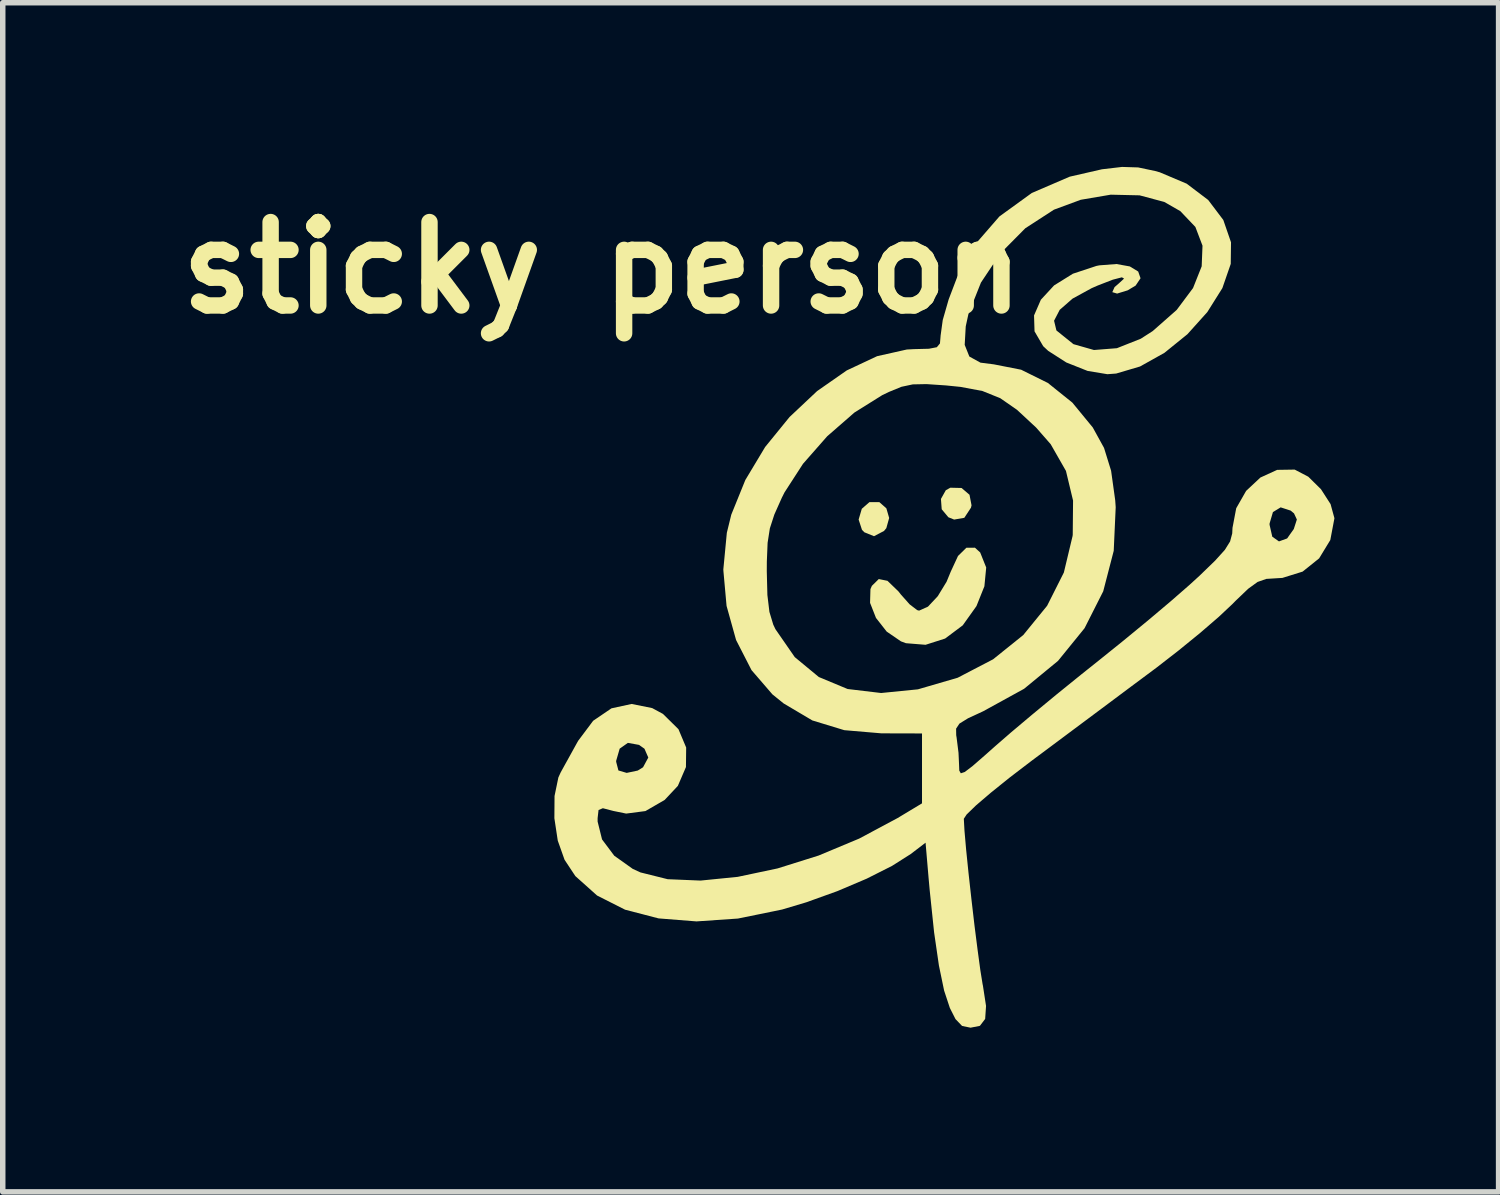
<source format=kicad_pcb>
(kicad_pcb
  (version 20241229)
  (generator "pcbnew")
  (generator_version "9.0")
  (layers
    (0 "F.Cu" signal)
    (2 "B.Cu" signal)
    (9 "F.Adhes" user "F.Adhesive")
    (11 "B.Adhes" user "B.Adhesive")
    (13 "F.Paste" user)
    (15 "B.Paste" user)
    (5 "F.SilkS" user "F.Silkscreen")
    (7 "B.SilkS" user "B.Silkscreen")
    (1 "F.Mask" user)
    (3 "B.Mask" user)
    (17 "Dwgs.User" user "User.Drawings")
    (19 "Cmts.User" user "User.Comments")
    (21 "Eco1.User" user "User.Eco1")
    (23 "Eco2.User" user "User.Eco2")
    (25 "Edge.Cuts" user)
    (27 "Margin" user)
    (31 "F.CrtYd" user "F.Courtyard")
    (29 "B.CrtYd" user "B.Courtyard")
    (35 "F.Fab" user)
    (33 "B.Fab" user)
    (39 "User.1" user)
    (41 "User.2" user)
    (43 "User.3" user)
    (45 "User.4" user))
  (footprint "sticky person"
    (layer "F.Cu")
    (at 7.954 1.842)
    (property "Reference" "sticky person" (at 0 0 0) (layer "F.SilkS") (effects (font (size 1.524 1.524) (thickness 0.3))))
    (attr board_only exclude_from_pos_files exclude_from_bom)
    (fp_poly (pts (xy 5.191 4.396) (xy 5.242 4.572) (xy 5.19 4.758) (xy 5.148 4.809) (xy 4.965 4.905) (xy 4.788 4.833) (xy 4.745 4.788) (xy 4.684 4.601) (xy 4.742 4.404) (xy 4.882 4.282) (xy 5.062 4.282)) (stroke (width 0) (type solid)) (fill yes) (layer "F.SilkS"))
    (fp_poly (pts (xy 6.565 4.024) (xy 6.71 4.148) (xy 6.747 4.341) (xy 6.736 4.385) (xy 6.615 4.569) (xy 6.429 4.601) (xy 6.324 4.559) (xy 6.202 4.413) (xy 6.188 4.224) (xy 6.277 4.065) (xy 6.359 4.019)) (stroke (width 0) (type solid)) (fill yes) (layer "F.SilkS"))
    (fp_poly (pts (xy 6.905 5.202) (xy 7.015 5.477) (xy 6.982 5.82) (xy 6.837 6.182) (xy 6.586 6.534) (xy 6.264 6.775) (xy 5.907 6.889) (xy 5.548 6.86) (xy 5.457 6.826) (xy 5.197 6.648) (xy 5.001 6.398) (xy 4.893 6.123) (xy 4.9 5.872) (xy 4.926 5.812) (xy 5.052 5.688) (xy 5.211 5.72) (xy 5.41 5.912) (xy 5.455 5.969) (xy 5.616 6.15) (xy 5.753 6.255) (xy 5.789 6.265) (xy 5.951 6.192) (xy 6.13 6.001) (xy 6.291 5.737) (xy 6.367 5.553) (xy 6.5 5.266) (xy 6.653 5.116) (xy 6.809 5.115)) (stroke (width 0) (type solid)) (fill yes) (layer "F.SilkS"))
    (fp_poly (pts (xy 9.791 -1.833) (xy 10.1 -1.768) (xy 10.186 -1.744) (xy 10.678 -1.536) (xy 11.071 -1.238) (xy 11.347 -0.873) (xy 11.488 -0.465) (xy 11.483 -0.07) (xy 11.33 0.372) (xy 11.055 0.81) (xy 10.692 1.214) (xy 10.271 1.555) (xy 9.826 1.804) (xy 9.39 1.933) (xy 9.229 1.945) (xy 8.867 1.885) (xy 8.479 1.731) (xy 8.148 1.519) (xy 8.056 1.433) (xy 7.898 1.162) (xy 7.889 0.871) (xy 8.014 0.584) (xy 8.255 0.323) (xy 8.599 0.109) (xy 9.028 -0.033) (xy 9.083 -0.044) (xy 9.395 -0.068) (xy 9.639 -0.024) (xy 9.792 0.069) (xy 9.835 0.192) (xy 9.745 0.326) (xy 9.599 0.413) (xy 9.407 0.472) (xy 9.319 0.446) (xy 9.36 0.354) (xy 9.435 0.289) (xy 9.534 0.198) (xy 9.494 0.175) (xy 9.328 0.218) (xy 9.052 0.325) (xy 8.942 0.373) (xy 8.593 0.564) (xy 8.358 0.769) (xy 8.255 0.968) (xy 8.297 1.143) (xy 8.302 1.149) (xy 8.609 1.396) (xy 8.984 1.503) (xy 9.403 1.47) (xy 9.839 1.297) (xy 10.057 1.157) (xy 10.495 0.771) (xy 10.794 0.371) (xy 10.952 -0.026) (xy 10.967 -0.403) (xy 10.837 -0.745) (xy 10.562 -1.034) (xy 10.269 -1.202) (xy 9.817 -1.323) (xy 9.29 -1.335) (xy 8.743 -1.242) (xy 8.253 -1.061) (xy 7.73 -0.722) (xy 7.276 -0.264) (xy 6.919 0.271) (xy 6.69 0.846) (xy 6.641 1.072) (xy 6.622 1.409) (xy 6.707 1.622) (xy 6.91 1.734) (xy 7.154 1.765) (xy 7.653 1.863) (xy 8.142 2.105) (xy 8.589 2.464) (xy 8.962 2.918) (xy 9.168 3.292) (xy 9.297 3.709) (xy 9.372 4.248) (xy 9.381 4.375) (xy 9.345 5.172) (xy 9.153 5.912) (xy 8.812 6.586) (xy 8.327 7.183) (xy 7.707 7.693) (xy 6.961 8.103) (xy 6.681 8.233) (xy 6.526 8.329) (xy 6.465 8.421) (xy 6.467 8.542) (xy 6.474 8.583) (xy 6.509 8.863) (xy 6.519 9.079) (xy 6.523 9.188) (xy 6.551 9.237) (xy 6.623 9.213) (xy 6.764 9.106) (xy 6.996 8.904) (xy 7.176 8.744) (xy 7.466 8.492) (xy 7.852 8.167) (xy 8.295 7.801) (xy 8.757 7.427) (xy 9.073 7.175) (xy 9.519 6.816) (xy 9.969 6.446) (xy 10.385 6.095) (xy 10.729 5.795) (xy 10.914 5.626) (xy 11.197 5.352) (xy 11.375 5.155) (xy 11.471 5.001) (xy 11.51 4.855) (xy 11.515 4.752) (xy 11.526 4.695) (xy 12.192 4.695) (xy 12.242 4.914) (xy 12.364 5) (xy 12.513 4.946) (xy 12.635 4.774) (xy 12.691 4.6) (xy 12.639 4.488) (xy 12.577 4.437) (xy 12.395 4.378) (xy 12.254 4.464) (xy 12.193 4.671) (xy 12.192 4.695) (xy 11.526 4.695) (xy 11.583 4.394) (xy 11.764 4.077) (xy 12.025 3.833) (xy 12.331 3.693) (xy 12.649 3.688) (xy 12.657 3.691) (xy 12.9 3.818) (xy 13.132 4.047) (xy 13.307 4.319) (xy 13.377 4.575) (xy 13.377 4.579) (xy 13.302 4.975) (xy 13.098 5.31) (xy 12.796 5.552) (xy 12.427 5.667) (xy 12.326 5.673) (xy 12.133 5.685) (xy 11.973 5.741) (xy 11.801 5.866) (xy 11.571 6.086) (xy 11.512 6.146) (xy 11.265 6.378) (xy 10.923 6.673) (xy 10.529 6.994) (xy 10.126 7.307) (xy 10.075 7.345) (xy 9.661 7.653) (xy 9.162 8.026) (xy 8.627 8.425) (xy 8.107 8.813) (xy 7.853 9.002) (xy 7.446 9.313) (xy 7.098 9.593) (xy 6.828 9.824) (xy 6.657 9.99) (xy 6.606 10.068) (xy 6.618 10.285) (xy 6.648 10.629) (xy 6.692 11.06) (xy 6.745 11.537) (xy 6.801 12.018) (xy 6.858 12.465) (xy 6.908 12.835) (xy 6.949 13.089) (xy 6.955 13.117) (xy 7.012 13.488) (xy 6.996 13.725) (xy 6.9 13.851) (xy 6.729 13.885) (xy 6.574 13.853) (xy 6.454 13.728) (xy 6.351 13.525) (xy 6.246 13.207) (xy 6.151 12.749) (xy 6.063 12.143) (xy 5.983 11.378) (xy 5.963 11.158) (xy 5.907 10.505) (xy 5.636 10.712) (xy 5.294 10.929) (xy 4.832 11.162) (xy 4.295 11.39) (xy 3.728 11.594) (xy 3.286 11.726) (xy 2.479 11.891) (xy 1.721 11.943) (xy 1.028 11.888) (xy 0.417 11.729) (xy -0.095 11.47) (xy -0.492 11.115) (xy -0.689 10.817) (xy -0.813 10.467) (xy -0.875 10.058) (xy -0.872 9.652) (xy -0.802 9.313) (xy -0.759 9.219) (xy -0.653 9.027) (xy 0.254 9.027) (xy 0.295 9.185) (xy 0.444 9.229) (xy 0.449 9.229) (xy 0.648 9.187) (xy 0.745 9.127) (xy 0.841 8.949) (xy 0.771 8.788) (xy 0.672 8.718) (xy 0.468 8.681) (xy 0.318 8.787) (xy 0.254 9.009) (xy 0.254 9.027) (xy -0.653 9.027) (xy -0.64 9.004) (xy -0.491 8.734) (xy -0.441 8.644) (xy -0.166 8.277) (xy 0.168 8.05) (xy 0.536 7.97) (xy 0.913 8.046) (xy 1.109 8.152) (xy 1.392 8.431) (xy 1.533 8.766) (xy 1.529 9.123) (xy 1.381 9.467) (xy 1.14 9.724) (xy 0.789 9.927) (xy 0.437 9.973) (xy 0.203 9.925) (xy 0.011 9.875) (xy -0.068 9.908) (xy -0.085 10.057) (xy -0.085 10.119) (xy -0.004 10.445) (xy 0.219 10.743) (xy 0.558 10.984) (xy 0.698 11.048) (xy 1.195 11.172) (xy 1.796 11.197) (xy 2.475 11.129) (xy 3.203 10.975) (xy 3.952 10.74) (xy 4.694 10.43) (xy 5.397 10.054) (xy 5.842 9.786) (xy 5.842 9.147) (xy 5.842 8.509) (xy 5.101 8.507) (xy 4.422 8.449) (xy 3.838 8.271) (xy 3.313 7.96) (xy 3.109 7.795) (xy 2.727 7.352) (xy 2.445 6.802) (xy 2.271 6.178) (xy 2.214 5.546) (xy 3.006 5.546) (xy 3.017 5.979) (xy 3.054 6.288) (xy 3.124 6.52) (xy 3.164 6.604) (xy 3.517 7.114) (xy 3.957 7.478) (xy 4.483 7.697) (xy 5.095 7.77) (xy 5.767 7.703) (xy 6.494 7.491) (xy 7.141 7.154) (xy 7.692 6.711) (xy 8.128 6.176) (xy 8.434 5.568) (xy 8.593 4.902) (xy 8.596 4.878) (xy 8.602 4.254) (xy 8.472 3.712) (xy 8.193 3.224) (xy 7.927 2.92) (xy 7.578 2.596) (xy 7.271 2.383) (xy 6.946 2.252) (xy 6.546 2.177) (xy 6.279 2.15) (xy 5.924 2.126) (xy 5.674 2.131) (xy 5.467 2.175) (xy 5.24 2.268) (xy 5.115 2.328) (xy 4.608 2.645) (xy 4.11 3.079) (xy 3.668 3.582) (xy 3.329 4.106) (xy 3.281 4.202) (xy 3.144 4.509) (xy 3.062 4.762) (xy 3.021 5.026) (xy 3.007 5.368) (xy 3.006 5.546) (xy 2.214 5.546) (xy 2.212 5.513) (xy 2.276 4.843) (xy 2.357 4.512) (xy 2.614 3.878) (xy 2.976 3.275) (xy 3.422 2.727) (xy 3.926 2.253) (xy 4.467 1.876) (xy 5.021 1.616) (xy 5.564 1.494) (xy 5.694 1.487) (xy 5.968 1.48) (xy 6.113 1.452) (xy 6.17 1.383) (xy 6.181 1.254) (xy 6.181 1.246) (xy 6.221 0.955) (xy 6.329 0.579) (xy 6.482 0.177) (xy 6.658 -0.19) (xy 6.774 -0.382) (xy 7.256 -0.937) (xy 7.848 -1.366) (xy 8.541 -1.664) (xy 9.13 -1.799) (xy 9.497 -1.842)) (stroke (width 0) (type solid)) (fill yes) (layer "F.SilkS")))
  (gr_rect
    (start -3 -3)
    (end 24.331 18.727)
    (stroke (width 0.1) (type default))
    (fill no)
    (layer "Edge.Cuts")))
</source>
